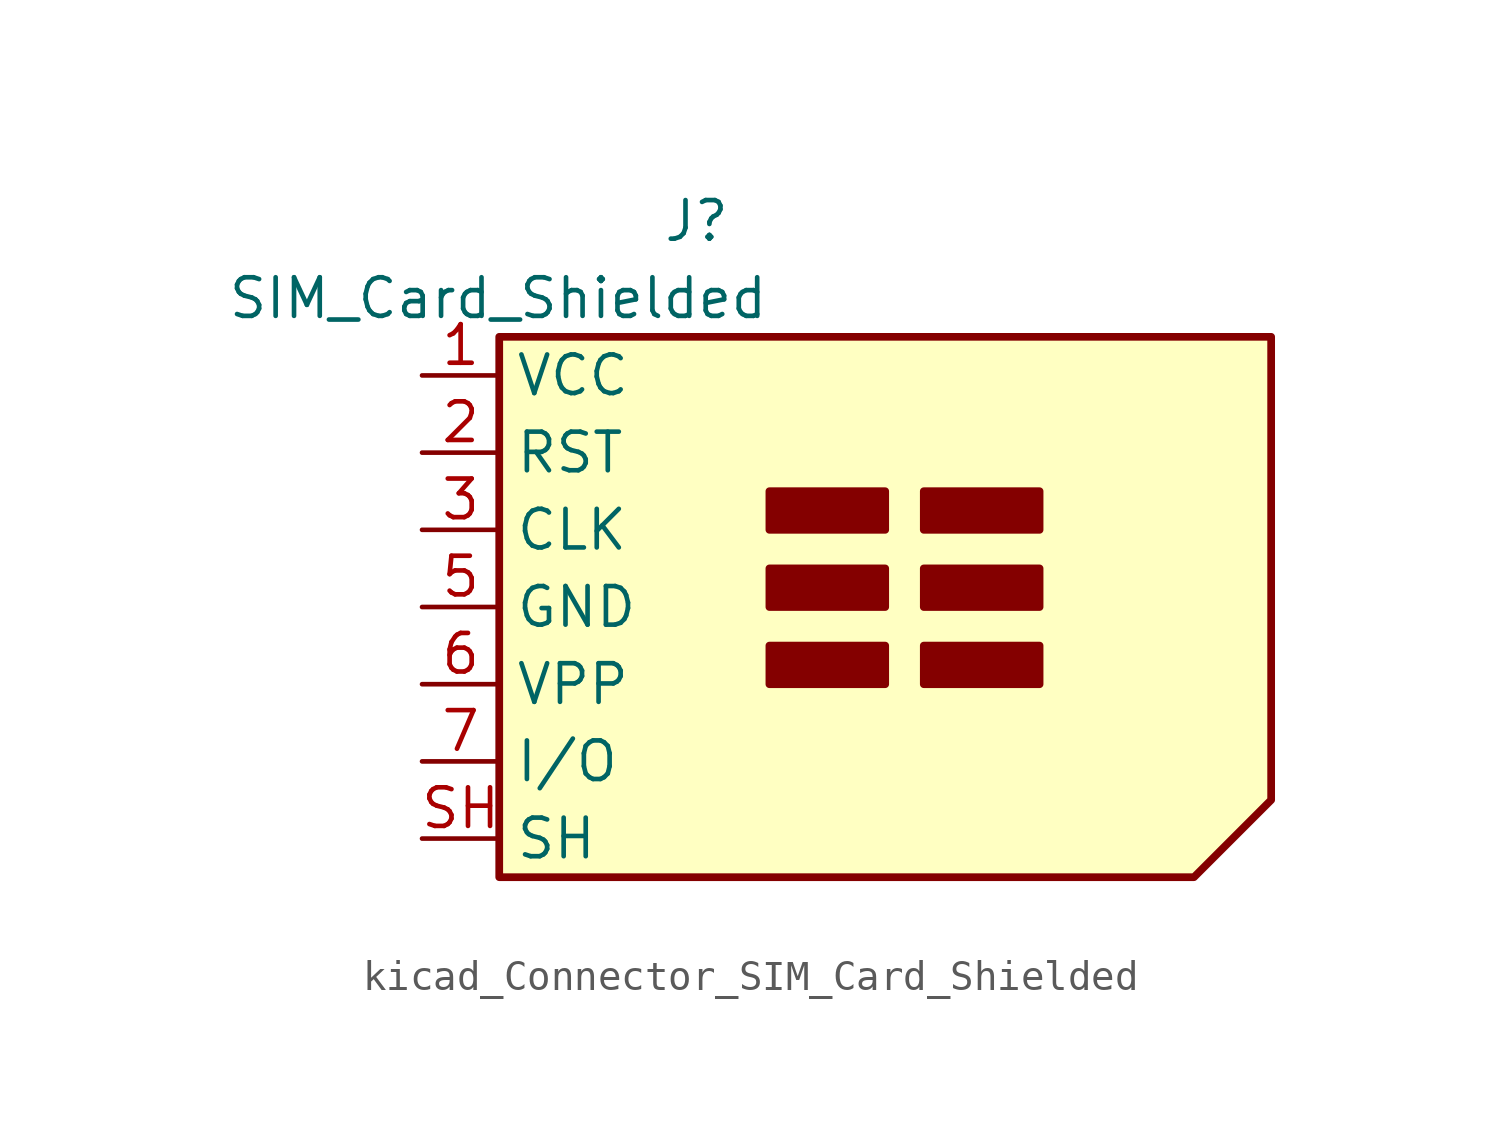
<source format=kicad_sym>
(kicad_symbol_lib
  (version 20220914)
  (generator kicad_symbol_editor)
  (symbol "kicad_Connector_SIM_Card_Shielded"
    (property "Reference" "J"
      (at -2.54 12.7 0)
      (effects (font (size 1.27 1.27)) (justify right)))
    (property "Value" "SIM_Card_Shielded"
      (at -1.27 10.16 0)
      (effects (font (size 1.27 1.27)) (justify right)))
    (symbol "kicad_Connector_SIM_Card_Shielded_0_1"
      (rectangle (start -1.27 -2.54) (end 2.54 -1.27) (stroke (width 0.254) (type default)) (fill (type outline)))
      (rectangle (start -1.27 0) (end 2.54 1.27) (stroke (width 0.254) (type default)) (fill (type outline)))
      (rectangle (start -1.27 2.54) (end 2.54 3.81) (stroke (width 0.254) (type default)) (fill (type outline)))
      (polyline (pts (xy -10.16 8.89) (xy -10.16 -8.89) (xy 12.7 -8.89) (xy 15.24 -6.35) (xy 15.24 8.89) (xy -10.16 8.89)) (stroke (width 0.254) (type default)) (fill (type background)))
      (rectangle (start 3.81 -1.27) (end 7.62 -2.54) (stroke (width 0.254) (type default)) (fill (type outline)))
      (rectangle (start 3.81 0) (end 7.62 1.27) (stroke (width 0.254) (type default)) (fill (type outline)))
      (rectangle (start 3.81 2.54) (end 7.62 3.81) (stroke (width 0.254) (type default)) (fill (type outline))))
    (symbol "kicad_Connector_SIM_Card_Shielded_1_1"
      (pin power_in line (at -12.7 7.62 0) (length 2.54) (name "VCC" (effects (font (size 1.27 1.27)))) (number "1" (effects (font (size 1.27 1.27)))))
      (pin input line (at -12.7 5.08 0) (length 2.54) (name "RST" (effects (font (size 1.27 1.27)))) (number "2" (effects (font (size 1.27 1.27)))))
      (pin input line (at -12.7 2.54 0) (length 2.54) (name "CLK" (effects (font (size 1.27 1.27)))) (number "3" (effects (font (size 1.27 1.27)))))
      (pin power_in line (at -12.7 0 0) (length 2.54) (name "GND" (effects (font (size 1.27 1.27)))) (number "5" (effects (font (size 1.27 1.27)))))
      (pin input line (at -12.7 -2.54 0) (length 2.54) (name "VPP" (effects (font (size 1.27 1.27)))) (number "6" (effects (font (size 1.27 1.27)))))
      (pin bidirectional line (at -12.7 -5.08 0) (length 2.54) (name "I/O" (effects (font (size 1.27 1.27)))) (number "7" (effects (font (size 1.27 1.27)))))
      (pin passive line (at -12.7 -7.62 0) (length 2.54) (name "SH" (effects (font (size 1.27 1.27)))) (number "SH" (effects (font (size 1.27 1.27))))))))
</source>
